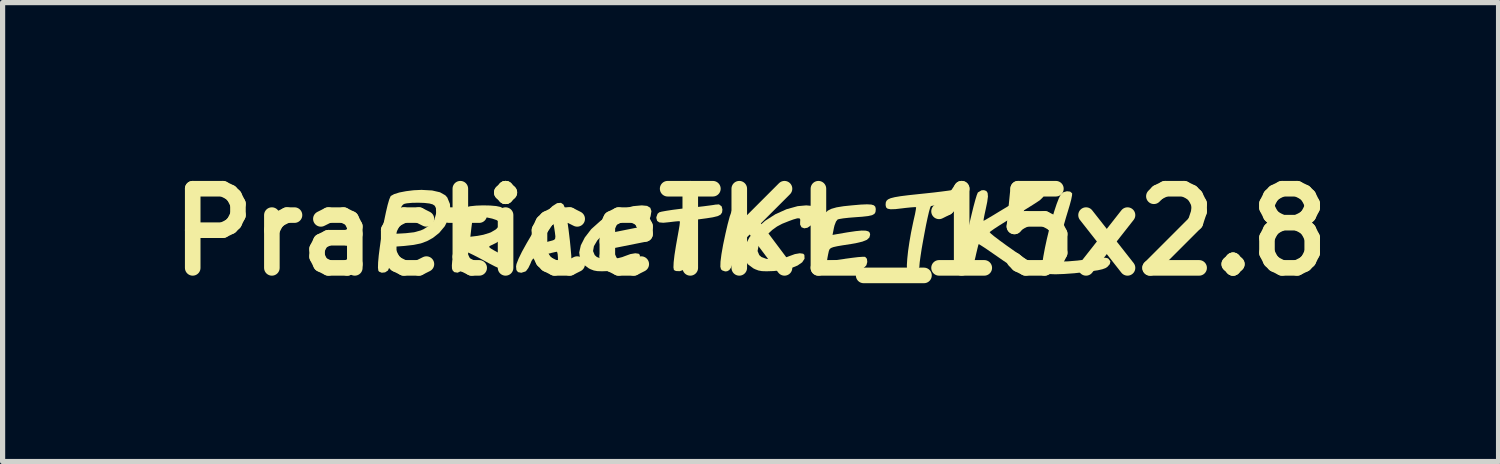
<source format=kicad_pcb>
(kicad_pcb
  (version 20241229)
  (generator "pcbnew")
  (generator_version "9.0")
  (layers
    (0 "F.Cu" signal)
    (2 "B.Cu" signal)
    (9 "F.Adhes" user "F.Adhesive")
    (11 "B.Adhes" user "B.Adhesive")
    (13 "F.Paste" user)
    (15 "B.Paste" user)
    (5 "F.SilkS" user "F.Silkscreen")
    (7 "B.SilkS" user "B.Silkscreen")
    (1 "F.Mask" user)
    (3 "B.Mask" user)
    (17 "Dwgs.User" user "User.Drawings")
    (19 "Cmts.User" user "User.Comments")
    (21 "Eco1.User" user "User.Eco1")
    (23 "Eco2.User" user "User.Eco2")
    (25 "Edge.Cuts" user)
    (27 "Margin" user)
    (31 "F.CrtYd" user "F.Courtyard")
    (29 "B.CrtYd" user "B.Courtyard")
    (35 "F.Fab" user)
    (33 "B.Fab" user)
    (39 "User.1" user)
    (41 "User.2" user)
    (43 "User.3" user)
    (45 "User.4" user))
  (footprint "PracticeTKL_15x2.8"
    (layer "F.Cu")
    (at 11.401 1.418)
    (property "Reference" "PracticeTKL_15x2.8" (at 0 0 0) (layer "F.SilkS") (effects (font (size 1.524 1.524) (thickness 0.3))))
    (attr through_hole)
    (fp_poly (pts (xy -0.167 -0.505) (xy -0.134 -0.47) (xy -0.127 -0.403) (xy -0.146 -0.298) (xy -0.16 -0.24) (xy -0.187 -0.135) (xy -0.218 0.006) (xy -0.252 0.163) (xy -0.283 0.32) (xy -0.284 0.325) (xy -0.317 0.489) (xy -0.347 0.607) (xy -0.377 0.685) (xy -0.41 0.732) (xy -0.45 0.754) (xy -0.489 0.758) (xy -0.544 0.739) (xy -0.569 0.717) (xy -0.582 0.667) (xy -0.579 0.569) (xy -0.561 0.428) (xy -0.529 0.246) (xy -0.483 0.029) (xy -0.442 -0.148) (xy -0.401 -0.301) (xy -0.362 -0.408) (xy -0.321 -0.474) (xy -0.274 -0.507) (xy -0.229 -0.514)) (stroke (width 0) (type solid)) (fill yes) (layer "F.SilkS"))
    (fp_poly (pts (xy -0.557 -0.495) (xy -0.542 -0.435) (xy -0.549 -0.377) (xy -0.577 -0.336) (xy -0.633 -0.307) (xy -0.728 -0.284) (xy -0.849 -0.265) (xy -1.081 -0.234) (xy -1.121 -0.056) (xy -1.144 0.058) (xy -1.168 0.199) (xy -1.189 0.34) (xy -1.192 0.366) (xy -1.215 0.519) (xy -1.239 0.626) (xy -1.269 0.695) (xy -1.308 0.734) (xy -1.361 0.752) (xy -1.373 0.753) (xy -1.437 0.75) (xy -1.476 0.731) (xy -1.476 0.73) (xy -1.485 0.68) (xy -1.481 0.583) (xy -1.465 0.443) (xy -1.437 0.265) (xy -1.405 0.085) (xy -1.384 -0.031) (xy -1.368 -0.126) (xy -1.361 -0.188) (xy -1.362 -0.207) (xy -1.392 -0.209) (xy -1.461 -0.203) (xy -1.554 -0.192) (xy -1.559 -0.191) (xy -1.679 -0.179) (xy -1.757 -0.186) (xy -1.799 -0.215) (xy -1.814 -0.269) (xy -1.814 -0.287) (xy -1.791 -0.352) (xy -1.757 -0.381) (xy -1.712 -0.393) (xy -1.624 -0.409) (xy -1.501 -0.428) (xy -1.353 -0.447) (xy -1.209 -0.463) (xy -1.049 -0.48) (xy -0.908 -0.496) (xy -0.792 -0.511) (xy -0.713 -0.522) (xy -0.68 -0.528) (xy -0.608 -0.533)) (stroke (width 0) (type solid)) (fill yes) (layer "F.SilkS"))
    (fp_poly (pts (xy 6.153 -0.779) (xy 6.191 -0.746) (xy 6.191 -0.745) (xy 6.189 -0.705) (xy 6.173 -0.625) (xy 6.144 -0.517) (xy 6.109 -0.4) (xy 6.071 -0.275) (xy 6.03 -0.131) (xy 5.989 0.023) (xy 5.951 0.176) (xy 5.918 0.315) (xy 5.893 0.43) (xy 5.878 0.511) (xy 5.876 0.535) (xy 5.902 0.557) (xy 5.979 0.567) (xy 6.109 0.564) (xy 6.291 0.549) (xy 6.503 0.523) (xy 6.651 0.505) (xy 6.755 0.495) (xy 6.824 0.494) (xy 6.867 0.501) (xy 6.89 0.513) (xy 6.928 0.564) (xy 6.916 0.618) (xy 6.871 0.669) (xy 6.833 0.694) (xy 6.773 0.716) (xy 6.684 0.736) (xy 6.555 0.755) (xy 6.455 0.768) (xy 6.232 0.793) (xy 6.035 0.807) (xy 5.87 0.813) (xy 5.741 0.808) (xy 5.654 0.795) (xy 5.615 0.771) (xy 5.614 0.77) (xy 5.608 0.709) (xy 5.616 0.605) (xy 5.637 0.468) (xy 5.667 0.307) (xy 5.705 0.131) (xy 5.749 -0.051) (xy 5.796 -0.23) (xy 5.845 -0.396) (xy 5.893 -0.541) (xy 5.937 -0.655) (xy 5.973 -0.724) (xy 6.023 -0.767) (xy 6.09 -0.786)) (stroke (width 0) (type solid)) (fill yes) (layer "F.SilkS"))
    (fp_poly (pts (xy -1.992 -0.504) (xy -1.931 -0.468) (xy -1.909 -0.403) (xy -1.925 -0.305) (xy -1.964 -0.197) (xy -2.012 -0.125) (xy -2.073 -0.083) (xy -2.135 -0.072) (xy -2.187 -0.092) (xy -2.214 -0.144) (xy -2.214 -0.192) (xy -2.211 -0.24) (xy -2.226 -0.264) (xy -2.268 -0.265) (xy -2.344 -0.243) (xy -2.429 -0.212) (xy -2.559 -0.16) (xy -2.659 -0.107) (xy -2.749 -0.042) (xy -2.839 0.039) (xy -2.951 0.161) (xy -3.016 0.271) (xy -3.033 0.366) (xy -3.001 0.443) (xy -2.96 0.48) (xy -2.867 0.515) (xy -2.743 0.527) (xy -2.605 0.516) (xy -2.471 0.482) (xy -2.427 0.465) (xy -2.314 0.424) (xy -2.22 0.408) (xy -2.155 0.417) (xy -2.132 0.44) (xy -2.13 0.514) (xy -2.175 0.583) (xy -2.263 0.644) (xy -2.387 0.694) (xy -2.541 0.731) (xy -2.718 0.75) (xy -2.735 0.751) (xy -2.861 0.755) (xy -2.95 0.752) (xy -3.017 0.74) (xy -3.078 0.717) (xy -3.114 0.699) (xy -3.222 0.619) (xy -3.283 0.515) (xy -3.299 0.392) (xy -3.268 0.254) (xy -3.192 0.105) (xy -3.072 -0.051) (xy -3.058 -0.065) (xy -2.888 -0.217) (xy -2.689 -0.344) (xy -2.476 -0.44) (xy -2.261 -0.499) (xy -2.095 -0.514)) (stroke (width 0) (type solid)) (fill yes) (layer "F.SilkS"))
    (fp_poly (pts (xy 1.176 -0.504) (xy 1.237 -0.468) (xy 1.259 -0.403) (xy 1.243 -0.305) (xy 1.204 -0.197) (xy 1.157 -0.125) (xy 1.095 -0.083) (xy 1.033 -0.072) (xy 0.981 -0.092) (xy 0.954 -0.144) (xy 0.954 -0.192) (xy 0.957 -0.24) (xy 0.942 -0.264) (xy 0.901 -0.265) (xy 0.824 -0.243) (xy 0.739 -0.212) (xy 0.609 -0.16) (xy 0.509 -0.107) (xy 0.419 -0.042) (xy 0.33 0.039) (xy 0.217 0.161) (xy 0.152 0.271) (xy 0.135 0.366) (xy 0.167 0.443) (xy 0.209 0.48) (xy 0.302 0.515) (xy 0.426 0.527) (xy 0.563 0.516) (xy 0.697 0.482) (xy 0.741 0.465) (xy 0.854 0.424) (xy 0.948 0.408) (xy 1.013 0.417) (xy 1.036 0.44) (xy 1.039 0.514) (xy 0.993 0.583) (xy 0.905 0.644) (xy 0.781 0.694) (xy 0.628 0.731) (xy 0.45 0.75) (xy 0.433 0.751) (xy 0.307 0.755) (xy 0.218 0.752) (xy 0.152 0.74) (xy 0.091 0.717) (xy 0.054 0.699) (xy -0.054 0.619) (xy -0.115 0.515) (xy -0.13 0.392) (xy -0.1 0.254) (xy -0.024 0.105) (xy 0.097 -0.051) (xy 0.11 -0.065) (xy 0.28 -0.217) (xy 0.479 -0.344) (xy 0.693 -0.44) (xy 0.907 -0.499) (xy 1.073 -0.514)) (stroke (width 0) (type solid)) (fill yes) (layer "F.SilkS"))
    (fp_poly (pts (xy 4.107 -0.81) (xy 4.14 -0.762) (xy 4.143 -0.732) (xy 4.128 -0.677) (xy 4.079 -0.632) (xy 3.99 -0.596) (xy 3.856 -0.565) (xy 3.759 -0.549) (xy 3.643 -0.531) (xy 3.549 -0.515) (xy 3.488 -0.504) (xy 3.471 -0.499) (xy 3.456 -0.465) (xy 3.434 -0.387) (xy 3.408 -0.275) (xy 3.379 -0.139) (xy 3.35 0.013) (xy 3.321 0.17) (xy 3.294 0.322) (xy 3.273 0.46) (xy 3.257 0.575) (xy 3.25 0.656) (xy 3.25 0.668) (xy 3.226 0.722) (xy 3.17 0.764) (xy 3.101 0.786) (xy 3.04 0.779) (xy 3.024 0.767) (xy 3.011 0.724) (xy 3.009 0.636) (xy 3.017 0.512) (xy 3.033 0.362) (xy 3.058 0.192) (xy 3.089 0.013) (xy 3.126 -0.167) (xy 3.142 -0.241) (xy 3.166 -0.345) (xy 3.181 -0.426) (xy 3.187 -0.473) (xy 3.186 -0.479) (xy 3.156 -0.48) (xy 3.085 -0.475) (xy 2.986 -0.465) (xy 2.929 -0.458) (xy 2.79 -0.442) (xy 2.696 -0.439) (xy 2.638 -0.45) (xy 2.609 -0.476) (xy 2.6 -0.519) (xy 2.6 -0.527) (xy 2.603 -0.568) (xy 2.616 -0.601) (xy 2.646 -0.629) (xy 2.697 -0.652) (xy 2.777 -0.672) (xy 2.889 -0.691) (xy 3.041 -0.71) (xy 3.237 -0.731) (xy 3.371 -0.745) (xy 3.528 -0.762) (xy 3.677 -0.78) (xy 3.806 -0.797) (xy 3.9 -0.811) (xy 3.921 -0.815) (xy 4.035 -0.828)) (stroke (width 0) (type solid)) (fill yes) (layer "F.SilkS"))
    (fp_poly (pts (xy -3.603 -0.53) (xy -3.581 -0.479) (xy -3.557 -0.378) (xy -3.531 -0.234) (xy -3.505 -0.051) (xy -3.479 0.166) (xy -3.467 0.288) (xy -3.452 0.453) (xy -3.449 0.572) (xy -3.458 0.652) (xy -3.481 0.7) (xy -3.521 0.724) (xy -3.579 0.731) (xy -3.586 0.731) (xy -3.646 0.723) (xy -3.683 0.691) (xy -3.703 0.627) (xy -3.709 0.521) (xy -3.709 0.494) (xy -3.714 0.424) (xy -3.725 0.383) (xy -3.73 0.379) (xy -3.764 0.385) (xy -3.837 0.402) (xy -3.935 0.427) (xy -3.973 0.437) (xy -4.081 0.466) (xy -4.15 0.49) (xy -4.191 0.517) (xy -4.217 0.555) (xy -4.24 0.612) (xy -4.241 0.614) (xy -4.279 0.692) (xy -4.32 0.747) (xy -4.335 0.759) (xy -4.415 0.784) (xy -4.478 0.771) (xy -4.509 0.731) (xy -4.515 0.661) (xy -4.507 0.616) (xy -4.467 0.513) (xy -4.403 0.381) (xy -4.319 0.229) (xy -4.304 0.203) (xy -4.035 0.203) (xy -4.023 0.209) (xy -3.982 0.203) (xy -3.903 0.185) (xy -3.818 0.163) (xy -3.782 0.15) (xy -3.763 0.128) (xy -3.758 0.084) (xy -3.767 0.008) (xy -3.78 -0.078) (xy -3.795 -0.17) (xy -3.915 0.009) (xy -3.971 0.095) (xy -4.013 0.162) (xy -4.034 0.199) (xy -4.035 0.203) (xy -4.304 0.203) (xy -4.225 0.068) (xy -4.124 -0.092) (xy -4.024 -0.24) (xy -3.932 -0.367) (xy -3.853 -0.462) (xy -3.814 -0.5) (xy -3.724 -0.557) (xy -3.65 -0.563)) (stroke (width 0) (type solid)) (fill yes) (layer "F.SilkS"))
    (fp_poly (pts (xy -6.132 -0.801) (xy -5.98 -0.766) (xy -5.877 -0.708) (xy -5.839 -0.665) (xy -5.788 -0.54) (xy -5.781 -0.4) (xy -5.816 -0.254) (xy -5.888 -0.112) (xy -5.996 0.017) (xy -6.116 0.112) (xy -6.229 0.174) (xy -6.347 0.218) (xy -6.487 0.247) (xy -6.664 0.267) (xy -6.675 0.268) (xy -6.892 0.284) (xy -6.919 0.49) (xy -6.936 0.596) (xy -6.958 0.684) (xy -6.98 0.737) (xy -6.983 0.741) (xy -7.037 0.776) (xy -7.101 0.783) (xy -7.153 0.762) (xy -7.167 0.742) (xy -7.174 0.685) (xy -7.171 0.584) (xy -7.159 0.451) (xy -7.139 0.294) (xy -7.114 0.122) (xy -7.099 0.034) (xy -6.851 0.034) (xy -6.638 0.022) (xy -6.479 0.004) (xy -6.352 -0.031) (xy -6.294 -0.056) (xy -6.168 -0.137) (xy -6.09 -0.232) (xy -6.057 -0.347) (xy -6.055 -0.383) (xy -6.058 -0.461) (xy -6.08 -0.506) (xy -6.12 -0.533) (xy -6.182 -0.55) (xy -6.28 -0.561) (xy -6.397 -0.565) (xy -6.515 -0.563) (xy -6.616 -0.554) (xy -6.661 -0.545) (xy -6.69 -0.53) (xy -6.716 -0.5) (xy -6.74 -0.446) (xy -6.765 -0.362) (xy -6.794 -0.241) (xy -6.829 -0.074) (xy -6.835 -0.044) (xy -6.851 0.034) (xy -7.099 0.034) (xy -7.085 -0.054) (xy -7.053 -0.227) (xy -7.02 -0.385) (xy -6.988 -0.521) (xy -6.958 -0.625) (xy -6.932 -0.687) (xy -6.925 -0.696) (xy -6.864 -0.73) (xy -6.763 -0.762) (xy -6.633 -0.787) (xy -6.489 -0.805) (xy -6.342 -0.812) (xy -6.331 -0.812)) (stroke (width 0) (type solid)) (fill yes) (layer "F.SilkS"))
    (fp_poly (pts (xy -5.016 -0.511) (xy -4.897 -0.501) (xy -4.817 -0.484) (xy -4.732 -0.442) (xy -4.652 -0.385) (xy -4.651 -0.384) (xy -4.592 -0.295) (xy -4.576 -0.185) (xy -4.603 -0.067) (xy -4.631 -0.012) (xy -4.693 0.059) (xy -4.789 0.137) (xy -4.902 0.21) (xy -5.005 0.26) (xy -5.03 0.274) (xy -5.031 0.291) (xy -5.002 0.316) (xy -4.936 0.355) (xy -4.847 0.403) (xy -4.748 0.458) (xy -4.669 0.508) (xy -4.621 0.545) (xy -4.613 0.556) (xy -4.615 0.616) (xy -4.654 0.677) (xy -4.716 0.717) (xy -4.726 0.72) (xy -4.768 0.721) (xy -4.829 0.702) (xy -4.918 0.663) (xy -5.042 0.599) (xy -5.12 0.556) (xy -5.24 0.491) (xy -5.342 0.439) (xy -5.417 0.403) (xy -5.457 0.387) (xy -5.461 0.388) (xy -5.47 0.42) (xy -5.481 0.488) (xy -5.489 0.553) (xy -5.506 0.658) (xy -5.535 0.721) (xy -5.561 0.746) (xy -5.641 0.782) (xy -5.706 0.771) (xy -5.738 0.736) (xy -5.749 0.7) (xy -5.751 0.641) (xy -5.744 0.554) (xy -5.728 0.433) (xy -5.703 0.273) (xy -5.67 0.09) (xy -5.395 0.09) (xy -5.256 0.073) (xy -5.145 0.052) (xy -5.032 0.017) (xy -4.998 0.004) (xy -4.903 -0.052) (xy -4.845 -0.112) (xy -4.832 -0.172) (xy -4.847 -0.203) (xy -4.894 -0.232) (xy -4.974 -0.259) (xy -5.072 -0.28) (xy -5.174 -0.293) (xy -5.263 -0.298) (xy -5.325 -0.29) (xy -5.343 -0.278) (xy -5.353 -0.242) (xy -5.364 -0.169) (xy -5.375 -0.084) (xy -5.395 0.09) (xy -5.67 0.09) (xy -5.666 0.068) (xy -5.641 -0.064) (xy -5.57 -0.439) (xy -5.48 -0.477) (xy -5.401 -0.497) (xy -5.285 -0.509) (xy -5.151 -0.514)) (stroke (width 0) (type solid)) (fill yes) (layer "F.SilkS"))
    (fp_poly (pts (xy 2.323 -0.53) (xy 2.374 -0.515) (xy 2.401 -0.488) (xy 2.41 -0.448) (xy 2.41 -0.434) (xy 2.405 -0.385) (xy 2.384 -0.35) (xy 2.339 -0.325) (xy 2.262 -0.308) (xy 2.145 -0.295) (xy 2.018 -0.286) (xy 1.893 -0.276) (xy 1.785 -0.264) (xy 1.708 -0.251) (xy 1.677 -0.243) (xy 1.645 -0.203) (xy 1.616 -0.128) (xy 1.605 -0.082) (xy 1.578 0.055) (xy 1.662 0.04) (xy 1.867 0.005) (xy 2.024 -0.018) (xy 2.139 -0.029) (xy 2.219 -0.027) (xy 2.269 -0.013) (xy 2.295 0.013) (xy 2.302 0.051) (xy 2.287 0.105) (xy 2.24 0.149) (xy 2.153 0.184) (xy 2.022 0.215) (xy 1.935 0.23) (xy 1.778 0.254) (xy 1.667 0.273) (xy 1.592 0.29) (xy 1.546 0.308) (xy 1.52 0.332) (xy 1.507 0.365) (xy 1.497 0.411) (xy 1.493 0.428) (xy 1.479 0.503) (xy 1.472 0.552) (xy 1.472 0.561) (xy 1.5 0.559) (xy 1.571 0.551) (xy 1.675 0.536) (xy 1.801 0.518) (xy 1.822 0.514) (xy 1.955 0.496) (xy 2.071 0.482) (xy 2.158 0.476) (xy 2.204 0.477) (xy 2.206 0.477) (xy 2.24 0.515) (xy 2.247 0.576) (xy 2.23 0.639) (xy 2.195 0.676) (xy 2.15 0.69) (xy 2.063 0.708) (xy 1.947 0.73) (xy 1.814 0.752) (xy 1.675 0.773) (xy 1.544 0.791) (xy 1.432 0.804) (xy 1.352 0.81) (xy 1.332 0.81) (xy 1.265 0.804) (xy 1.225 0.794) (xy 1.2 0.76) (xy 1.191 0.706) (xy 1.197 0.647) (xy 1.214 0.549) (xy 1.238 0.424) (xy 1.269 0.281) (xy 1.302 0.131) (xy 1.337 -0.017) (xy 1.37 -0.151) (xy 1.4 -0.261) (xy 1.423 -0.337) (xy 1.437 -0.367) (xy 1.487 -0.413) (xy 1.557 -0.448) (xy 1.656 -0.476) (xy 1.792 -0.498) (xy 1.949 -0.514) (xy 2.118 -0.529) (xy 2.24 -0.534)) (stroke (width 0) (type solid)) (fill yes) (layer "F.SilkS"))
    (fp_poly (pts (xy 5.592 -0.828) (xy 5.648 -0.795) (xy 5.661 -0.74) (xy 5.632 -0.674) (xy 5.571 -0.614) (xy 5.52 -0.58) (xy 5.432 -0.523) (xy 5.315 -0.45) (xy 5.18 -0.366) (xy 5.043 -0.284) (xy 4.906 -0.2) (xy 4.786 -0.125) (xy 4.691 -0.063) (xy 4.628 -0.019) (xy 4.603 0.002) (xy 4.603 0.002) (xy 4.625 0.028) (xy 4.689 0.081) (xy 4.789 0.157) (xy 4.923 0.255) (xy 5.086 0.37) (xy 5.179 0.434) (xy 5.29 0.515) (xy 5.357 0.578) (xy 5.383 0.629) (xy 5.373 0.674) (xy 5.339 0.713) (xy 5.297 0.742) (xy 5.25 0.753) (xy 5.191 0.742) (xy 5.113 0.708) (xy 5.009 0.646) (xy 4.874 0.556) (xy 4.779 0.49) (xy 4.655 0.404) (xy 4.546 0.329) (xy 4.461 0.273) (xy 4.407 0.239) (xy 4.391 0.232) (xy 4.382 0.26) (xy 4.365 0.328) (xy 4.342 0.425) (xy 4.331 0.475) (xy 4.304 0.585) (xy 4.278 0.677) (xy 4.255 0.737) (xy 4.248 0.748) (xy 4.198 0.778) (xy 4.13 0.784) (xy 4.07 0.769) (xy 4.043 0.741) (xy 4.043 0.699) (xy 4.054 0.613) (xy 4.075 0.492) (xy 4.103 0.345) (xy 4.137 0.179) (xy 4.175 0.004) (xy 4.215 -0.171) (xy 4.255 -0.339) (xy 4.292 -0.49) (xy 4.326 -0.616) (xy 4.354 -0.709) (xy 4.374 -0.758) (xy 4.377 -0.763) (xy 4.447 -0.804) (xy 4.494 -0.807) (xy 4.539 -0.791) (xy 4.564 -0.753) (xy 4.57 -0.684) (xy 4.556 -0.579) (xy 4.527 -0.44) (xy 4.505 -0.339) (xy 4.49 -0.262) (xy 4.485 -0.22) (xy 4.487 -0.217) (xy 4.512 -0.23) (xy 4.577 -0.268) (xy 4.675 -0.326) (xy 4.798 -0.401) (xy 4.941 -0.487) (xy 5.012 -0.531) (xy 5.187 -0.637) (xy 5.323 -0.717) (xy 5.425 -0.773) (xy 5.499 -0.809) (xy 5.551 -0.827) (xy 5.586 -0.829)) (stroke (width 0) (type solid)) (fill yes) (layer "F.SilkS")))
  (gr_rect
    (start -3 -3)
    (end 25.802 5.836)
    (stroke (width 0.1) (type default))
    (fill no)
    (layer "Edge.Cuts")))
</source>
